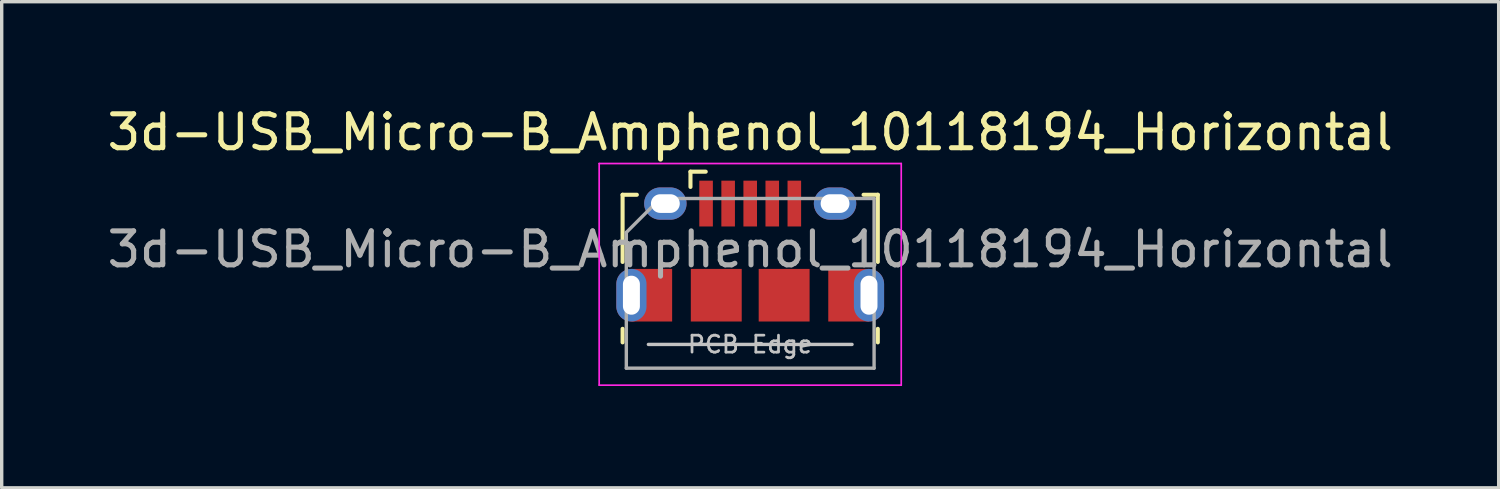
<source format=kicad_pcb>
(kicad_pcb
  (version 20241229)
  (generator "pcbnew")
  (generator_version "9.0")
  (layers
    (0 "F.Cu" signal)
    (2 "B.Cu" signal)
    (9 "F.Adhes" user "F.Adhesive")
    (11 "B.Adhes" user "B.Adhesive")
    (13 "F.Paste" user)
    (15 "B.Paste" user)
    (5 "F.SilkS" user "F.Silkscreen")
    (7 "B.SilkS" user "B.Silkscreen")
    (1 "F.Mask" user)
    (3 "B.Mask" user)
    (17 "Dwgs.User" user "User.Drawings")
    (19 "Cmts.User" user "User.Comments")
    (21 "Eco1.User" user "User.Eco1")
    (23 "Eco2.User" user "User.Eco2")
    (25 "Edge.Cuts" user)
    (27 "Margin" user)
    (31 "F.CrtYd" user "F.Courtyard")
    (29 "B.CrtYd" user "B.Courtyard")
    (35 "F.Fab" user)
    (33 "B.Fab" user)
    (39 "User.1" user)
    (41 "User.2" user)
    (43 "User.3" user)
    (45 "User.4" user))
  (footprint "3d-USB_Micro-B_Amphenol_10118194_Horizontal"
    (layer "F.Cu")
    (at 19.054 4.348)
    (property "Reference" "3d-USB_Micro-B_Amphenol_10118194_Horizontal" (at 0 -3.5 0) (layer "F.SilkS") (effects (font (size 1 1) (thickness 0.15))))
    (attr smd)
    (fp_line (start -3.76 -1.66) (end -3.34 -1.66) (stroke (width 0.12) (type solid)) (layer "F.SilkS"))
    (fp_line (start -3.76 0.32) (end -3.76 -1.66) (stroke (width 0.12) (type solid)) (layer "F.SilkS"))
    (fp_line (start -3.76 2.69) (end -3.76 2.29) (stroke (width 0.12) (type solid)) (layer "F.SilkS"))
    (fp_line (start -1.76 -1.89) (end -1.76 -2.34) (stroke (width 0.12) (type solid)) (layer "F.SilkS"))
    (fp_line (start -1.31 -2.34) (end -1.76 -2.34) (stroke (width 0.12) (type solid)) (layer "F.SilkS"))
    (fp_line (start 3.76 -1.66) (end 3.34 -1.66) (stroke (width 0.12) (type solid)) (layer "F.SilkS"))
    (fp_line (start 3.76 0.32) (end 3.76 -1.66) (stroke (width 0.12) (type solid)) (layer "F.SilkS"))
    (fp_line (start 3.76 2.29) (end 3.76 2.69) (stroke (width 0.12) (type solid)) (layer "F.SilkS"))
    (fp_line (start 3 2.75) (end -3 2.75) (stroke (width 0.1) (type solid)) (layer "Dwgs.User"))
    (fp_line (start -4.45 -2.58) (end -4.45 3.95) (stroke (width 0.05) (type solid)) (layer "F.CrtYd"))
    (fp_line (start -4.45 -2.58) (end 4.45 -2.58) (stroke (width 0.05) (type solid)) (layer "F.CrtYd"))
    (fp_line (start -4.45 3.95) (end 4.45 3.95) (stroke (width 0.05) (type solid)) (layer "F.CrtYd"))
    (fp_line (start 4.45 -2.58) (end 4.45 3.95) (stroke (width 0.05) (type solid)) (layer "F.CrtYd"))
    (fp_line (start -3.65 -0.55) (end -2.65 -1.55) (stroke (width 0.1) (type solid)) (layer "F.Fab"))
    (fp_line (start -3.65 3.45) (end -3.65 -0.55) (stroke (width 0.1) (type solid)) (layer "F.Fab"))
    (fp_line (start -2.65 -1.55) (end 3.65 -1.55) (stroke (width 0.1) (type solid)) (layer "F.Fab"))
    (fp_line (start 3.65 -1.55) (end 3.65 3.45) (stroke (width 0.1) (type solid)) (layer "F.Fab"))
    (fp_line (start 3.65 3.45) (end -3.65 3.45) (stroke (width 0.1) (type solid)) (layer "F.Fab"))
    (fp_text user "PCB Edge" (at 0 2.75 0) (layer "Dwgs.User") (effects (font (size 0.5 0.5) (thickness 0.08))))
    (fp_text user "${REFERENCE}" (at 0 -0.05 0) (layer "F.Fab") (effects (font (size 1 1) (thickness 0.15))))
    (pad "" smd oval (at -3.5 1.3) (size 0.89 1.55) (layers "F.Paste"))
    (pad "" smd oval (at -2.5 -1.4) (size 1.25 0.95) (layers "F.Paste"))
    (pad "" smd oval (at 2.5 -1.4) (size 1.25 0.95) (layers "F.Paste"))
    (pad "" smd oval (at 3.5 1.3) (size 0.89 1.55) (layers "F.Paste"))
    (pad "1" smd rect (at -1.3 -1.4) (size 0.4 1.35) (layers "F.Cu" "F.Mask" "F.Paste"))
    (pad "2" smd rect (at -0.65 -1.4) (size 0.4 1.35) (layers "F.Cu" "F.Mask" "F.Paste"))
    (pad "3" smd rect (at 0 -1.4) (size 0.4 1.35) (layers "F.Cu" "F.Mask" "F.Paste"))
    (pad "4" smd rect (at 0.65 -1.4) (size 0.4 1.35) (layers "F.Cu" "F.Mask" "F.Paste"))
    (pad "5" smd rect (at 1.3 -1.4) (size 0.4 1.35) (layers "F.Cu" "F.Mask" "F.Paste"))
    (pad "6" thru_hole oval (at -3.5 1.3) (size 0.89 1.55) (drill oval 0.5 1.15) (layers "*.Cu" "*.Mask"))
    (pad "6" smd rect (at -2.9 1.3) (size 1.2 1.55) (layers "F.Cu" "F.Mask" "F.Paste"))
    (pad "6" thru_hole oval (at -2.5 -1.4) (size 1.25 0.95) (drill oval 0.85 0.55) (layers "*.Cu" "*.Mask"))
    (pad "6" smd rect (at -1 1.3) (size 1.5 1.55) (layers "F.Cu" "F.Mask" "F.Paste"))
    (pad "6" smd rect (at 1 1.3) (size 1.5 1.55) (layers "F.Cu" "F.Mask" "F.Paste"))
    (pad "6" thru_hole oval (at 2.5 -1.4) (size 1.25 0.95) (drill oval 0.85 0.55) (layers "*.Cu" "*.Mask"))
    (pad "6" smd rect (at 2.9 1.3) (size 1.2 1.55) (layers "F.Cu" "F.Mask" "F.Paste"))
    (pad "6" thru_hole oval (at 3.5 1.3) (size 0.89 1.55) (drill oval 0.5 1.15) (layers "*.Cu" "*.Mask")))
  (gr_rect
    (start -3 -3)
    (end 41.107 11.323)
    (stroke (width 0.1) (type default))
    (fill no)
    (layer "Edge.Cuts")))
</source>
